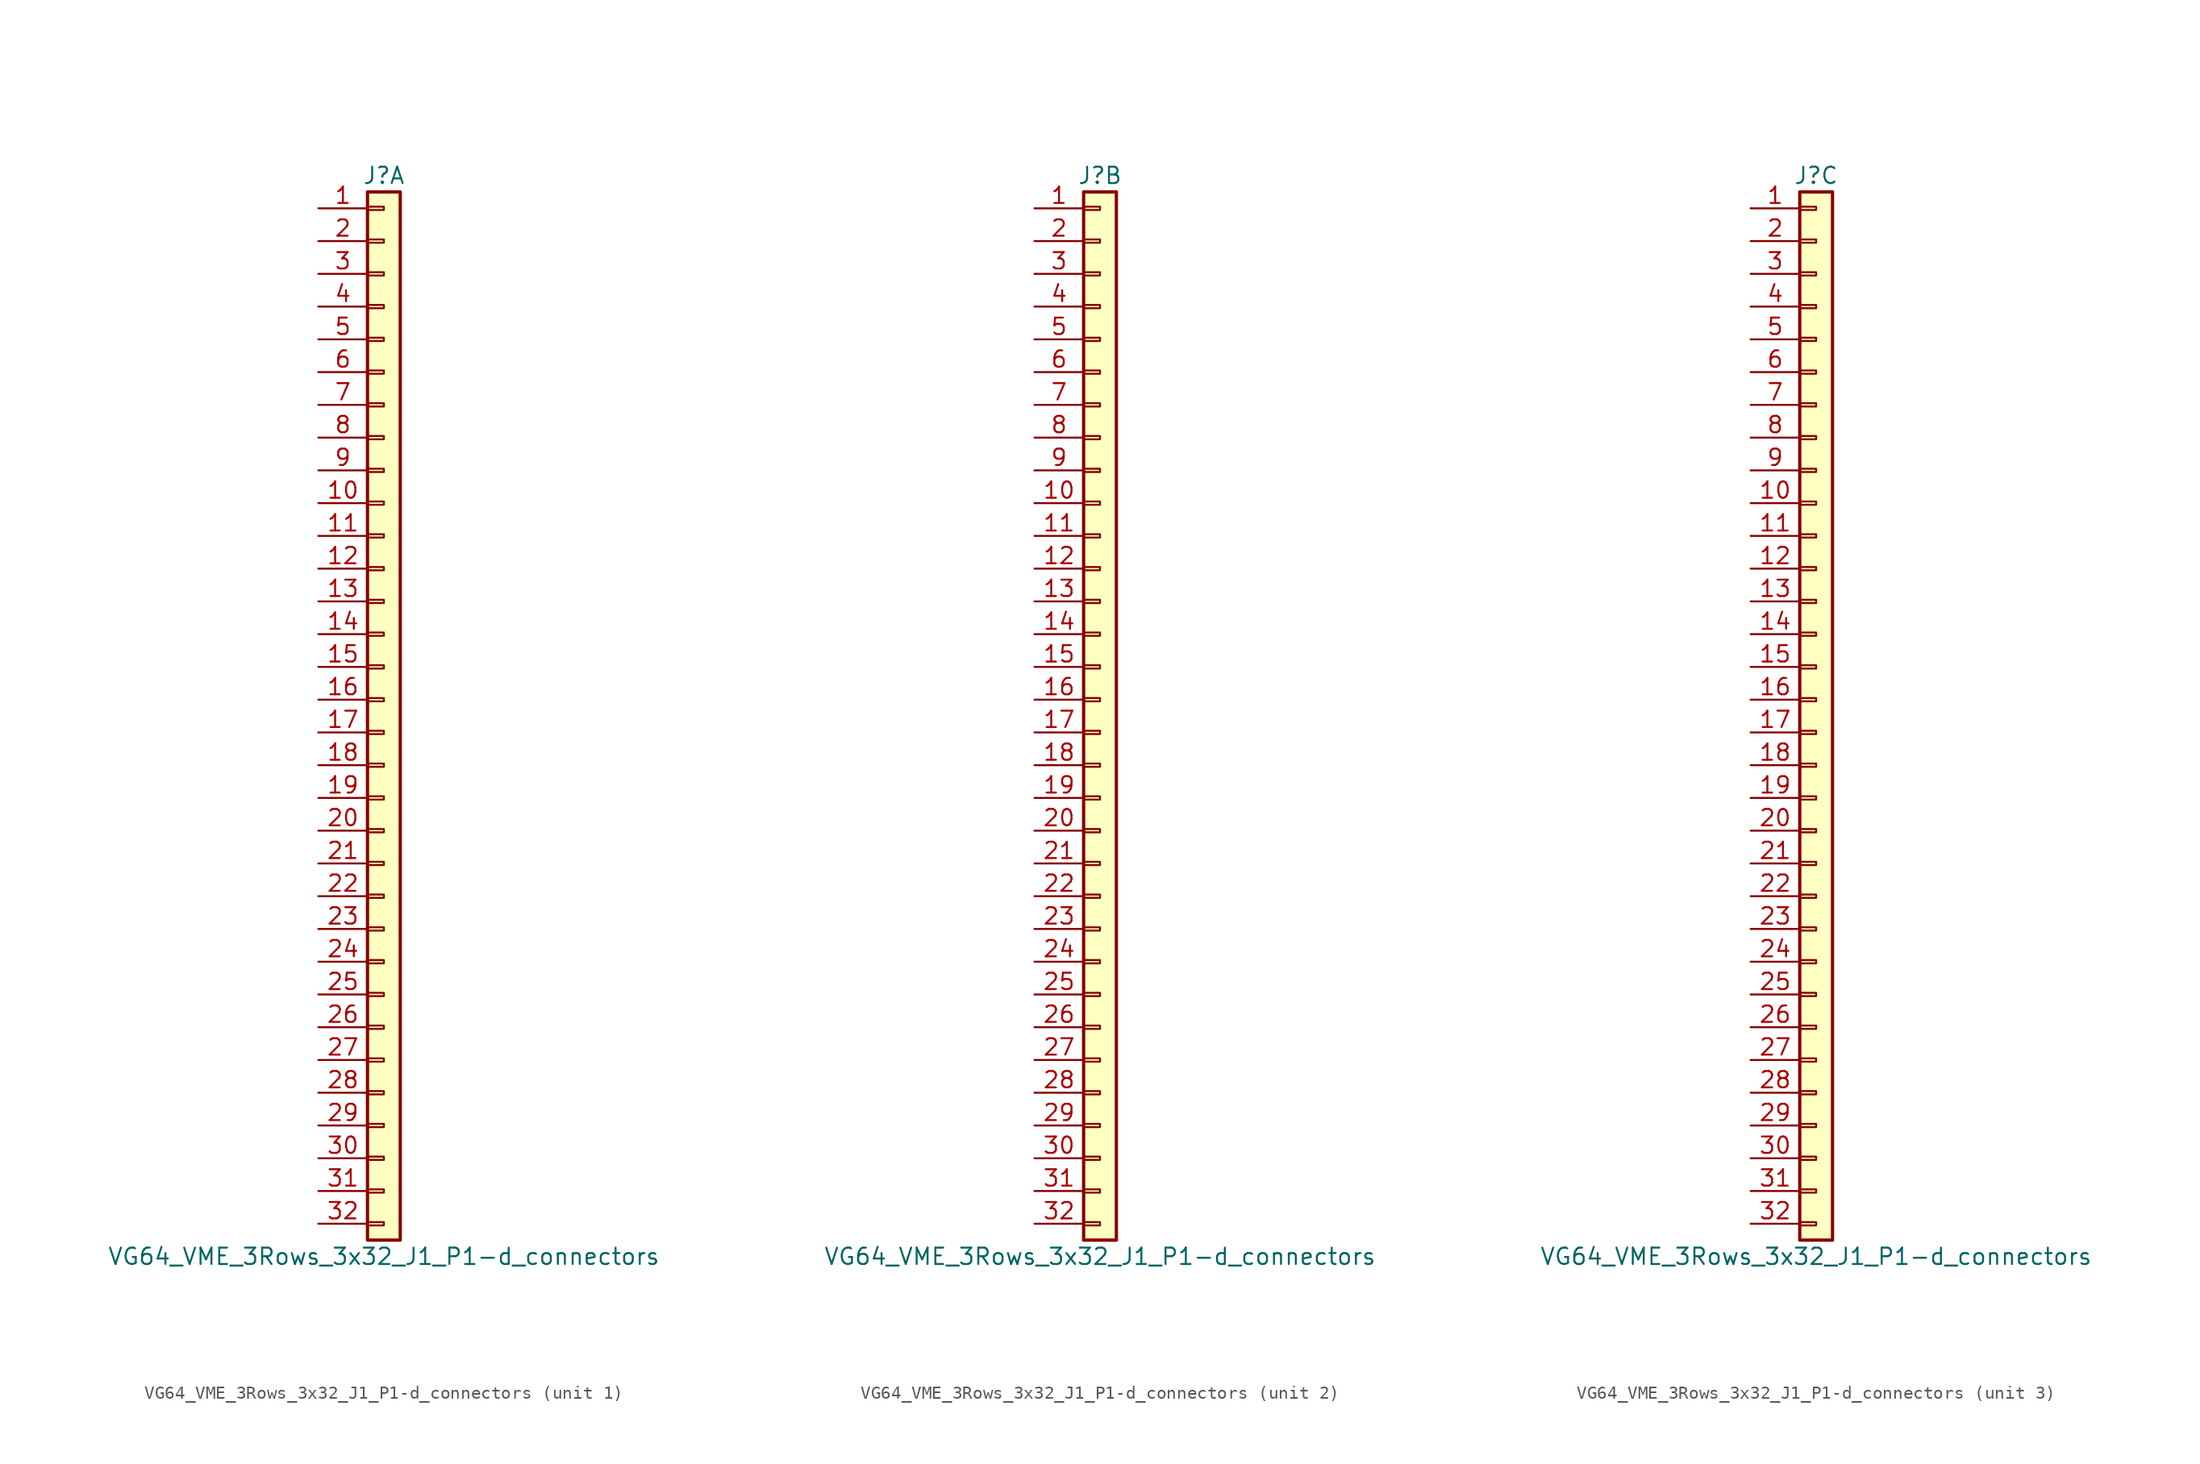
<source format=kicad_sym>
(kicad_symbol_lib
  (version 20231120)
  (generator "kicad_symbol_editor")
  (generator_version "8.0")
  (symbol "VG64_VME_3Rows_3x32_J1_P1-d_connectors"
    (pin_names
      (offset 1.016) hide)
    (property "Reference" "J"
      (at 0 40.64 0)
      (effects (font (size 1.27 1.27))))
    (property "Value" "VG64_VME_3Rows_3x32_J1_P1-d_connectors"
      (at 0 -43.18 0)
      (effects (font (size 1.27 1.27))))
    (property "ki_locked" ""
      (at 0 0 0)
      (effects (font (size 1.27 1.27))))
    (symbol "VG64_VME_3Rows_3x32_J1_P1-d_connectors_1_1"
      (rectangle (start -1.27 -40.513) (end 0 -40.767) (stroke (width 0.152) (type solid)) (fill (type none)))
      (rectangle (start -1.27 -37.973) (end 0 -38.227) (stroke (width 0.152) (type solid)) (fill (type none)))
      (rectangle (start -1.27 -35.433) (end 0 -35.687) (stroke (width 0.152) (type solid)) (fill (type none)))
      (rectangle (start -1.27 -32.893) (end 0 -33.147) (stroke (width 0.152) (type solid)) (fill (type none)))
      (rectangle (start -1.27 -30.353) (end 0 -30.607) (stroke (width 0.152) (type solid)) (fill (type none)))
      (rectangle (start -1.27 -27.813) (end 0 -28.067) (stroke (width 0.152) (type solid)) (fill (type none)))
      (rectangle (start -1.27 -25.273) (end 0 -25.527) (stroke (width 0.152) (type solid)) (fill (type none)))
      (rectangle (start -1.27 -22.733) (end 0 -22.987) (stroke (width 0.152) (type solid)) (fill (type none)))
      (rectangle (start -1.27 -20.193) (end 0 -20.447) (stroke (width 0.152) (type solid)) (fill (type none)))
      (rectangle (start -1.27 -17.653) (end 0 -17.907) (stroke (width 0.152) (type solid)) (fill (type none)))
      (rectangle (start -1.27 -15.113) (end 0 -15.367) (stroke (width 0.152) (type solid)) (fill (type none)))
      (rectangle (start -1.27 -12.573) (end 0 -12.827) (stroke (width 0.152) (type solid)) (fill (type none)))
      (rectangle (start -1.27 -10.033) (end 0 -10.287) (stroke (width 0.152) (type solid)) (fill (type none)))
      (rectangle (start -1.27 -7.493) (end 0 -7.747) (stroke (width 0.152) (type solid)) (fill (type none)))
      (rectangle (start -1.27 -4.953) (end 0 -5.207) (stroke (width 0.152) (type solid)) (fill (type none)))
      (rectangle (start -1.27 -2.413) (end 0 -2.667) (stroke (width 0.152) (type solid)) (fill (type none)))
      (rectangle (start -1.27 0.127) (end 0 -0.127) (stroke (width 0.152) (type solid)) (fill (type none)))
      (rectangle (start -1.27 2.667) (end 0 2.413) (stroke (width 0.152) (type solid)) (fill (type none)))
      (rectangle (start -1.27 5.207) (end 0 4.953) (stroke (width 0.152) (type solid)) (fill (type none)))
      (rectangle (start -1.27 7.747) (end 0 7.493) (stroke (width 0.152) (type solid)) (fill (type none)))
      (rectangle (start -1.27 10.287) (end 0 10.033) (stroke (width 0.152) (type solid)) (fill (type none)))
      (rectangle (start -1.27 12.827) (end 0 12.573) (stroke (width 0.152) (type solid)) (fill (type none)))
      (rectangle (start -1.27 15.367) (end 0 15.113) (stroke (width 0.152) (type solid)) (fill (type none)))
      (rectangle (start -1.27 17.907) (end 0 17.653) (stroke (width 0.152) (type solid)) (fill (type none)))
      (rectangle (start -1.27 20.447) (end 0 20.193) (stroke (width 0.152) (type solid)) (fill (type none)))
      (rectangle (start -1.27 22.987) (end 0 22.733) (stroke (width 0.152) (type solid)) (fill (type none)))
      (rectangle (start -1.27 25.527) (end 0 25.273) (stroke (width 0.152) (type solid)) (fill (type none)))
      (rectangle (start -1.27 28.067) (end 0 27.813) (stroke (width 0.152) (type solid)) (fill (type none)))
      (rectangle (start -1.27 30.607) (end 0 30.353) (stroke (width 0.152) (type solid)) (fill (type none)))
      (rectangle (start -1.27 33.147) (end 0 32.893) (stroke (width 0.152) (type solid)) (fill (type none)))
      (rectangle (start -1.27 35.687) (end 0 35.433) (stroke (width 0.152) (type solid)) (fill (type none)))
      (rectangle (start -1.27 38.227) (end 0 37.973) (stroke (width 0.152) (type solid)) (fill (type none)))
      (rectangle (start -1.27 39.37) (end 1.27 -41.91) (stroke (width 0.254) (type solid)) (fill (type background)))
      (pin passive line (at -5.08 38.1 0) (length 3.81) (name "D00" (effects (font (size 1.27 1.27)))) (number "1" (effects (font (size 1.27 1.27)))))
      (pin passive line (at -5.08 15.24 0) (length 3.81) (name "BG3IN*" (effects (font (size 1.27 1.27)))) (number "10" (effects (font (size 1.27 1.27)))))
      (pin passive line (at -5.08 12.7 0) (length 3.81) (name "BERR*" (effects (font (size 1.27 1.27)))) (number "11" (effects (font (size 1.27 1.27)))))
      (pin passive line (at -5.08 10.16 0) (length 3.81) (name "DS1*" (effects (font (size 1.27 1.27)))) (number "12" (effects (font (size 1.27 1.27)))))
      (pin passive line (at -5.08 7.62 0) (length 3.81) (name "BR1*" (effects (font (size 1.27 1.27)))) (number "13" (effects (font (size 1.27 1.27)))))
      (pin passive line (at -5.08 5.08 0) (length 3.81) (name "BR2*" (effects (font (size 1.27 1.27)))) (number "14" (effects (font (size 1.27 1.27)))))
      (pin passive line (at -5.08 2.54 0) (length 3.81) (name "BR3*" (effects (font (size 1.27 1.27)))) (number "15" (effects (font (size 1.27 1.27)))))
      (pin passive line (at -5.08 0 0) (length 3.81) (name "DTACK*" (effects (font (size 1.27 1.27)))) (number "16" (effects (font (size 1.27 1.27)))))
      (pin passive line (at -5.08 -2.54 0) (length 3.81) (name "A21" (effects (font (size 1.27 1.27)))) (number "17" (effects (font (size 1.27 1.27)))))
      (pin passive line (at -5.08 -5.08 0) (length 3.81) (name "A20" (effects (font (size 1.27 1.27)))) (number "18" (effects (font (size 1.27 1.27)))))
      (pin passive line (at -5.08 -7.62 0) (length 3.81) (name "A19" (effects (font (size 1.27 1.27)))) (number "19" (effects (font (size 1.27 1.27)))))
      (pin passive line (at -5.08 35.56 0) (length 3.81) (name "D09" (effects (font (size 1.27 1.27)))) (number "2" (effects (font (size 1.27 1.27)))))
      (pin passive line (at -5.08 -10.16 0) (length 3.81) (name "A18" (effects (font (size 1.27 1.27)))) (number "20" (effects (font (size 1.27 1.27)))))
      (pin passive line (at -5.08 -12.7 0) (length 3.81) (name "A17" (effects (font (size 1.27 1.27)))) (number "21" (effects (font (size 1.27 1.27)))))
      (pin passive line (at -5.08 -15.24 0) (length 3.81) (name "A16" (effects (font (size 1.27 1.27)))) (number "22" (effects (font (size 1.27 1.27)))))
      (pin passive line (at -5.08 -17.78 0) (length 3.81) (name "AM4" (effects (font (size 1.27 1.27)))) (number "23" (effects (font (size 1.27 1.27)))))
      (pin passive line (at -5.08 -20.32 0) (length 3.81) (name "A14" (effects (font (size 1.27 1.27)))) (number "24" (effects (font (size 1.27 1.27)))))
      (pin passive line (at -5.08 -22.86 0) (length 3.81) (name "IRQ6*" (effects (font (size 1.27 1.27)))) (number "25" (effects (font (size 1.27 1.27)))))
      (pin passive line (at -5.08 -25.4 0) (length 3.81) (name "A05" (effects (font (size 1.27 1.27)))) (number "26" (effects (font (size 1.27 1.27)))))
      (pin passive line (at -5.08 -27.94 0) (length 3.81) (name "IRQ4*" (effects (font (size 1.27 1.27)))) (number "27" (effects (font (size 1.27 1.27)))))
      (pin passive line (at -5.08 -30.48 0) (length 3.81) (name "IRQ3*" (effects (font (size 1.27 1.27)))) (number "28" (effects (font (size 1.27 1.27)))))
      (pin passive line (at -5.08 -33.02 0) (length 3.81) (name "A02" (effects (font (size 1.27 1.27)))) (number "29" (effects (font (size 1.27 1.27)))))
      (pin passive line (at -5.08 33.02 0) (length 3.81) (name "ACFAIL*" (effects (font (size 1.27 1.27)))) (number "3" (effects (font (size 1.27 1.27)))))
      (pin passive line (at -5.08 -35.56 0) (length 3.81) (name "A08" (effects (font (size 1.27 1.27)))) (number "30" (effects (font (size 1.27 1.27)))))
      (pin passive line (at -5.08 -38.1 0) (length 3.81) (name "-12V" (effects (font (size 1.27 1.27)))) (number "31" (effects (font (size 1.27 1.27)))))
      (pin passive line (at -5.08 -40.64 0) (length 3.81) (name "+5V" (effects (font (size 1.27 1.27)))) (number "32" (effects (font (size 1.27 1.27)))))
      (pin passive line (at -5.08 30.48 0) (length 3.81) (name "D03" (effects (font (size 1.27 1.27)))) (number "4" (effects (font (size 1.27 1.27)))))
      (pin passive line (at -5.08 27.94 0) (length 3.81) (name "D12" (effects (font (size 1.27 1.27)))) (number "5" (effects (font (size 1.27 1.27)))))
      (pin passive line (at -5.08 25.4 0) (length 3.81) (name "D13" (effects (font (size 1.27 1.27)))) (number "6" (effects (font (size 1.27 1.27)))))
      (pin passive line (at -5.08 22.86 0) (length 3.81) (name "BG1OUT*" (effects (font (size 1.27 1.27)))) (number "7" (effects (font (size 1.27 1.27)))))
      (pin passive line (at -5.08 20.32 0) (length 3.81) (name "D15" (effects (font (size 1.27 1.27)))) (number "8" (effects (font (size 1.27 1.27)))))
      (pin passive line (at -5.08 17.78 0) (length 3.81) (name "GND" (effects (font (size 1.27 1.27)))) (number "9" (effects (font (size 1.27 1.27))))))
    (symbol "VG64_VME_3Rows_3x32_J1_P1-d_connectors_2_1"
      (rectangle (start -1.27 -40.513) (end 0 -40.767) (stroke (width 0.152) (type solid)) (fill (type none)))
      (rectangle (start -1.27 -37.973) (end 0 -38.227) (stroke (width 0.152) (type solid)) (fill (type none)))
      (rectangle (start -1.27 -35.433) (end 0 -35.687) (stroke (width 0.152) (type solid)) (fill (type none)))
      (rectangle (start -1.27 -32.893) (end 0 -33.147) (stroke (width 0.152) (type solid)) (fill (type none)))
      (rectangle (start -1.27 -30.353) (end 0 -30.607) (stroke (width 0.152) (type solid)) (fill (type none)))
      (rectangle (start -1.27 -27.813) (end 0 -28.067) (stroke (width 0.152) (type solid)) (fill (type none)))
      (rectangle (start -1.27 -25.273) (end 0 -25.527) (stroke (width 0.152) (type solid)) (fill (type none)))
      (rectangle (start -1.27 -22.733) (end 0 -22.987) (stroke (width 0.152) (type solid)) (fill (type none)))
      (rectangle (start -1.27 -20.193) (end 0 -20.447) (stroke (width 0.152) (type solid)) (fill (type none)))
      (rectangle (start -1.27 -17.653) (end 0 -17.907) (stroke (width 0.152) (type solid)) (fill (type none)))
      (rectangle (start -1.27 -15.113) (end 0 -15.367) (stroke (width 0.152) (type solid)) (fill (type none)))
      (rectangle (start -1.27 -12.573) (end 0 -12.827) (stroke (width 0.152) (type solid)) (fill (type none)))
      (rectangle (start -1.27 -10.033) (end 0 -10.287) (stroke (width 0.152) (type solid)) (fill (type none)))
      (rectangle (start -1.27 -7.493) (end 0 -7.747) (stroke (width 0.152) (type solid)) (fill (type none)))
      (rectangle (start -1.27 -4.953) (end 0 -5.207) (stroke (width 0.152) (type solid)) (fill (type none)))
      (rectangle (start -1.27 -2.413) (end 0 -2.667) (stroke (width 0.152) (type solid)) (fill (type none)))
      (rectangle (start -1.27 0.127) (end 0 -0.127) (stroke (width 0.152) (type solid)) (fill (type none)))
      (rectangle (start -1.27 2.667) (end 0 2.413) (stroke (width 0.152) (type solid)) (fill (type none)))
      (rectangle (start -1.27 5.207) (end 0 4.953) (stroke (width 0.152) (type solid)) (fill (type none)))
      (rectangle (start -1.27 7.747) (end 0 7.493) (stroke (width 0.152) (type solid)) (fill (type none)))
      (rectangle (start -1.27 10.287) (end 0 10.033) (stroke (width 0.152) (type solid)) (fill (type none)))
      (rectangle (start -1.27 12.827) (end 0 12.573) (stroke (width 0.152) (type solid)) (fill (type none)))
      (rectangle (start -1.27 15.367) (end 0 15.113) (stroke (width 0.152) (type solid)) (fill (type none)))
      (rectangle (start -1.27 17.907) (end 0 17.653) (stroke (width 0.152) (type solid)) (fill (type none)))
      (rectangle (start -1.27 20.447) (end 0 20.193) (stroke (width 0.152) (type solid)) (fill (type none)))
      (rectangle (start -1.27 22.987) (end 0 22.733) (stroke (width 0.152) (type solid)) (fill (type none)))
      (rectangle (start -1.27 25.527) (end 0 25.273) (stroke (width 0.152) (type solid)) (fill (type none)))
      (rectangle (start -1.27 28.067) (end 0 27.813) (stroke (width 0.152) (type solid)) (fill (type none)))
      (rectangle (start -1.27 30.607) (end 0 30.353) (stroke (width 0.152) (type solid)) (fill (type none)))
      (rectangle (start -1.27 33.147) (end 0 32.893) (stroke (width 0.152) (type solid)) (fill (type none)))
      (rectangle (start -1.27 35.687) (end 0 35.433) (stroke (width 0.152) (type solid)) (fill (type none)))
      (rectangle (start -1.27 38.227) (end 0 37.973) (stroke (width 0.152) (type solid)) (fill (type none)))
      (rectangle (start -1.27 39.37) (end 1.27 -41.91) (stroke (width 0.254) (type solid)) (fill (type background)))
      (pin passive line (at -5.08 38.1 0) (length 3.81) (name "BBSY*" (effects (font (size 1.27 1.27)))) (number "1" (effects (font (size 1.27 1.27)))))
      (pin passive line (at -5.08 15.24 0) (length 3.81) (name "SYSFAIL*" (effects (font (size 1.27 1.27)))) (number "10" (effects (font (size 1.27 1.27)))))
      (pin passive line (at -5.08 12.7 0) (length 3.81) (name "GND" (effects (font (size 1.27 1.27)))) (number "11" (effects (font (size 1.27 1.27)))))
      (pin passive line (at -5.08 10.16 0) (length 3.81) (name "BR0*" (effects (font (size 1.27 1.27)))) (number "12" (effects (font (size 1.27 1.27)))))
      (pin passive line (at -5.08 7.62 0) (length 3.81) (name "LWORD*" (effects (font (size 1.27 1.27)))) (number "13" (effects (font (size 1.27 1.27)))))
      (pin passive line (at -5.08 5.08 0) (length 3.81) (name "WRITE*" (effects (font (size 1.27 1.27)))) (number "14" (effects (font (size 1.27 1.27)))))
      (pin passive line (at -5.08 2.54 0) (length 3.81) (name "GND" (effects (font (size 1.27 1.27)))) (number "15" (effects (font (size 1.27 1.27)))))
      (pin passive line (at -5.08 0 0) (length 3.81) (name "AM0" (effects (font (size 1.27 1.27)))) (number "16" (effects (font (size 1.27 1.27)))))
      (pin passive line (at -5.08 -2.54 0) (length 3.81) (name "GND" (effects (font (size 1.27 1.27)))) (number "17" (effects (font (size 1.27 1.27)))))
      (pin passive line (at -5.08 -5.08 0) (length 3.81) (name "AS*" (effects (font (size 1.27 1.27)))) (number "18" (effects (font (size 1.27 1.27)))))
      (pin passive line (at -5.08 -7.62 0) (length 3.81) (name "AM3" (effects (font (size 1.27 1.27)))) (number "19" (effects (font (size 1.27 1.27)))))
      (pin passive line (at -5.08 35.56 0) (length 3.81) (name "D01" (effects (font (size 1.27 1.27)))) (number "2" (effects (font (size 1.27 1.27)))))
      (pin passive line (at -5.08 -10.16 0) (length 3.81) (name "GND" (effects (font (size 1.27 1.27)))) (number "20" (effects (font (size 1.27 1.27)))))
      (pin passive line (at -5.08 -12.7 0) (length 3.81) (name "IACKIN*" (effects (font (size 1.27 1.27)))) (number "21" (effects (font (size 1.27 1.27)))))
      (pin passive line (at -5.08 -15.24 0) (length 3.81) (name "IACKOUT*" (effects (font (size 1.27 1.27)))) (number "22" (effects (font (size 1.27 1.27)))))
      (pin passive line (at -5.08 -17.78 0) (length 3.81) (name "A15" (effects (font (size 1.27 1.27)))) (number "23" (effects (font (size 1.27 1.27)))))
      (pin passive line (at -5.08 -20.32 0) (length 3.81) (name "A07" (effects (font (size 1.27 1.27)))) (number "24" (effects (font (size 1.27 1.27)))))
      (pin passive line (at -5.08 -22.86 0) (length 3.81) (name "A06" (effects (font (size 1.27 1.27)))) (number "25" (effects (font (size 1.27 1.27)))))
      (pin passive line (at -5.08 -25.4 0) (length 3.81) (name "IRQ5*" (effects (font (size 1.27 1.27)))) (number "26" (effects (font (size 1.27 1.27)))))
      (pin passive line (at -5.08 -27.94 0) (length 3.81) (name "A04" (effects (font (size 1.27 1.27)))) (number "27" (effects (font (size 1.27 1.27)))))
      (pin passive line (at -5.08 -30.48 0) (length 3.81) (name "A10" (effects (font (size 1.27 1.27)))) (number "28" (effects (font (size 1.27 1.27)))))
      (pin passive line (at -5.08 -33.02 0) (length 3.81) (name "IRQ2*" (effects (font (size 1.27 1.27)))) (number "29" (effects (font (size 1.27 1.27)))))
      (pin passive line (at -5.08 33.02 0) (length 3.81) (name "D10" (effects (font (size 1.27 1.27)))) (number "3" (effects (font (size 1.27 1.27)))))
      (pin passive line (at -5.08 -35.56 0) (length 3.81) (name "IRQ1*" (effects (font (size 1.27 1.27)))) (number "30" (effects (font (size 1.27 1.27)))))
      (pin passive line (at -5.08 -38.1 0) (length 3.81) (name "+12V" (effects (font (size 1.27 1.27)))) (number "31" (effects (font (size 1.27 1.27)))))
      (pin passive line (at -5.08 -40.64 0) (length 3.81) (name "+5V" (effects (font (size 1.27 1.27)))) (number "32" (effects (font (size 1.27 1.27)))))
      (pin passive line (at -5.08 30.48 0) (length 3.81) (name "D11" (effects (font (size 1.27 1.27)))) (number "4" (effects (font (size 1.27 1.27)))))
      (pin passive line (at -5.08 27.94 0) (length 3.81) (name "BG0OUT*" (effects (font (size 1.27 1.27)))) (number "5" (effects (font (size 1.27 1.27)))))
      (pin passive line (at -5.08 25.4 0) (length 3.81) (name "BG1IN*" (effects (font (size 1.27 1.27)))) (number "6" (effects (font (size 1.27 1.27)))))
      (pin passive line (at -5.08 22.86 0) (length 3.81) (name "D14" (effects (font (size 1.27 1.27)))) (number "7" (effects (font (size 1.27 1.27)))))
      (pin passive line (at -5.08 20.32 0) (length 3.81) (name "BG2IN*" (effects (font (size 1.27 1.27)))) (number "8" (effects (font (size 1.27 1.27)))))
      (pin passive line (at -5.08 17.78 0) (length 3.81) (name "BG2OUT*" (effects (font (size 1.27 1.27)))) (number "9" (effects (font (size 1.27 1.27))))))
    (symbol "VG64_VME_3Rows_3x32_J1_P1-d_connectors_3_1"
      (rectangle (start -1.27 -40.513) (end 0 -40.767) (stroke (width 0.152) (type solid)) (fill (type none)))
      (rectangle (start -1.27 -37.973) (end 0 -38.227) (stroke (width 0.152) (type solid)) (fill (type none)))
      (rectangle (start -1.27 -35.433) (end 0 -35.687) (stroke (width 0.152) (type solid)) (fill (type none)))
      (rectangle (start -1.27 -32.893) (end 0 -33.147) (stroke (width 0.152) (type solid)) (fill (type none)))
      (rectangle (start -1.27 -30.353) (end 0 -30.607) (stroke (width 0.152) (type solid)) (fill (type none)))
      (rectangle (start -1.27 -27.813) (end 0 -28.067) (stroke (width 0.152) (type solid)) (fill (type none)))
      (rectangle (start -1.27 -25.273) (end 0 -25.527) (stroke (width 0.152) (type solid)) (fill (type none)))
      (rectangle (start -1.27 -22.733) (end 0 -22.987) (stroke (width 0.152) (type solid)) (fill (type none)))
      (rectangle (start -1.27 -20.193) (end 0 -20.447) (stroke (width 0.152) (type solid)) (fill (type none)))
      (rectangle (start -1.27 -17.653) (end 0 -17.907) (stroke (width 0.152) (type solid)) (fill (type none)))
      (rectangle (start -1.27 -15.113) (end 0 -15.367) (stroke (width 0.152) (type solid)) (fill (type none)))
      (rectangle (start -1.27 -12.573) (end 0 -12.827) (stroke (width 0.152) (type solid)) (fill (type none)))
      (rectangle (start -1.27 -10.033) (end 0 -10.287) (stroke (width 0.152) (type solid)) (fill (type none)))
      (rectangle (start -1.27 -7.493) (end 0 -7.747) (stroke (width 0.152) (type solid)) (fill (type none)))
      (rectangle (start -1.27 -4.953) (end 0 -5.207) (stroke (width 0.152) (type solid)) (fill (type none)))
      (rectangle (start -1.27 -2.413) (end 0 -2.667) (stroke (width 0.152) (type solid)) (fill (type none)))
      (rectangle (start -1.27 0.127) (end 0 -0.127) (stroke (width 0.152) (type solid)) (fill (type none)))
      (rectangle (start -1.27 2.667) (end 0 2.413) (stroke (width 0.152) (type solid)) (fill (type none)))
      (rectangle (start -1.27 5.207) (end 0 4.953) (stroke (width 0.152) (type solid)) (fill (type none)))
      (rectangle (start -1.27 7.747) (end 0 7.493) (stroke (width 0.152) (type solid)) (fill (type none)))
      (rectangle (start -1.27 10.287) (end 0 10.033) (stroke (width 0.152) (type solid)) (fill (type none)))
      (rectangle (start -1.27 12.827) (end 0 12.573) (stroke (width 0.152) (type solid)) (fill (type none)))
      (rectangle (start -1.27 15.367) (end 0 15.113) (stroke (width 0.152) (type solid)) (fill (type none)))
      (rectangle (start -1.27 17.907) (end 0 17.653) (stroke (width 0.152) (type solid)) (fill (type none)))
      (rectangle (start -1.27 20.447) (end 0 20.193) (stroke (width 0.152) (type solid)) (fill (type none)))
      (rectangle (start -1.27 22.987) (end 0 22.733) (stroke (width 0.152) (type solid)) (fill (type none)))
      (rectangle (start -1.27 25.527) (end 0 25.273) (stroke (width 0.152) (type solid)) (fill (type none)))
      (rectangle (start -1.27 28.067) (end 0 27.813) (stroke (width 0.152) (type solid)) (fill (type none)))
      (rectangle (start -1.27 30.607) (end 0 30.353) (stroke (width 0.152) (type solid)) (fill (type none)))
      (rectangle (start -1.27 33.147) (end 0 32.893) (stroke (width 0.152) (type solid)) (fill (type none)))
      (rectangle (start -1.27 35.687) (end 0 35.433) (stroke (width 0.152) (type solid)) (fill (type none)))
      (rectangle (start -1.27 38.227) (end 0 37.973) (stroke (width 0.152) (type solid)) (fill (type none)))
      (rectangle (start -1.27 39.37) (end 1.27 -41.91) (stroke (width 0.254) (type solid)) (fill (type background)))
      (pin passive line (at -5.08 38.1 0) (length 3.81) (name "D08" (effects (font (size 1.27 1.27)))) (number "1" (effects (font (size 1.27 1.27)))))
      (pin passive line (at -5.08 15.24 0) (length 3.81) (name "SYSCLK" (effects (font (size 1.27 1.27)))) (number "10" (effects (font (size 1.27 1.27)))))
      (pin passive line (at -5.08 12.7 0) (length 3.81) (name "BG3OUT*" (effects (font (size 1.27 1.27)))) (number "11" (effects (font (size 1.27 1.27)))))
      (pin passive line (at -5.08 10.16 0) (length 3.81) (name "SYSRESET*" (effects (font (size 1.27 1.27)))) (number "12" (effects (font (size 1.27 1.27)))))
      (pin passive line (at -5.08 7.62 0) (length 3.81) (name "DS0*" (effects (font (size 1.27 1.27)))) (number "13" (effects (font (size 1.27 1.27)))))
      (pin passive line (at -5.08 5.08 0) (length 3.81) (name "AM5" (effects (font (size 1.27 1.27)))) (number "14" (effects (font (size 1.27 1.27)))))
      (pin passive line (at -5.08 2.54 0) (length 3.81) (name "A23" (effects (font (size 1.27 1.27)))) (number "15" (effects (font (size 1.27 1.27)))))
      (pin passive line (at -5.08 0 0) (length 3.81) (name "A22" (effects (font (size 1.27 1.27)))) (number "16" (effects (font (size 1.27 1.27)))))
      (pin passive line (at -5.08 -2.54 0) (length 3.81) (name "AM1" (effects (font (size 1.27 1.27)))) (number "17" (effects (font (size 1.27 1.27)))))
      (pin passive line (at -5.08 -5.08 0) (length 3.81) (name "AM2" (effects (font (size 1.27 1.27)))) (number "18" (effects (font (size 1.27 1.27)))))
      (pin passive line (at -5.08 -7.62 0) (length 3.81) (name "GND" (effects (font (size 1.27 1.27)))) (number "19" (effects (font (size 1.27 1.27)))))
      (pin passive line (at -5.08 35.56 0) (length 3.81) (name "BCLR*" (effects (font (size 1.27 1.27)))) (number "2" (effects (font (size 1.27 1.27)))))
      (pin passive line (at -5.08 -10.16 0) (length 3.81) (name "IACK*" (effects (font (size 1.27 1.27)))) (number "20" (effects (font (size 1.27 1.27)))))
      (pin passive line (at -5.08 -12.7 0) (length 3.81) (name "SERCLK" (effects (font (size 1.27 1.27)))) (number "21" (effects (font (size 1.27 1.27)))))
      (pin passive line (at -5.08 -15.24 0) (length 3.81) (name "SERDAT" (effects (font (size 1.27 1.27)))) (number "22" (effects (font (size 1.27 1.27)))))
      (pin passive line (at -5.08 -17.78 0) (length 3.81) (name "GND" (effects (font (size 1.27 1.27)))) (number "23" (effects (font (size 1.27 1.27)))))
      (pin passive line (at -5.08 -20.32 0) (length 3.81) (name "IRQ7*" (effects (font (size 1.27 1.27)))) (number "24" (effects (font (size 1.27 1.27)))))
      (pin passive line (at -5.08 -22.86 0) (length 3.81) (name "A13" (effects (font (size 1.27 1.27)))) (number "25" (effects (font (size 1.27 1.27)))))
      (pin passive line (at -5.08 -25.4 0) (length 3.81) (name "A12" (effects (font (size 1.27 1.27)))) (number "26" (effects (font (size 1.27 1.27)))))
      (pin passive line (at -5.08 -27.94 0) (length 3.81) (name "A11" (effects (font (size 1.27 1.27)))) (number "27" (effects (font (size 1.27 1.27)))))
      (pin passive line (at -5.08 -30.48 0) (length 3.81) (name "A03" (effects (font (size 1.27 1.27)))) (number "28" (effects (font (size 1.27 1.27)))))
      (pin passive line (at -5.08 -33.02 0) (length 3.81) (name "A09" (effects (font (size 1.27 1.27)))) (number "29" (effects (font (size 1.27 1.27)))))
      (pin passive line (at -5.08 33.02 0) (length 3.81) (name "D02" (effects (font (size 1.27 1.27)))) (number "3" (effects (font (size 1.27 1.27)))))
      (pin passive line (at -5.08 -35.56 0) (length 3.81) (name "A01" (effects (font (size 1.27 1.27)))) (number "30" (effects (font (size 1.27 1.27)))))
      (pin passive line (at -5.08 -38.1 0) (length 3.81) (name "+5VSTDBY" (effects (font (size 1.27 1.27)))) (number "31" (effects (font (size 1.27 1.27)))))
      (pin passive line (at -5.08 -40.64 0) (length 3.81) (name "+5V" (effects (font (size 1.27 1.27)))) (number "32" (effects (font (size 1.27 1.27)))))
      (pin passive line (at -5.08 30.48 0) (length 3.81) (name "BG0IN*" (effects (font (size 1.27 1.27)))) (number "4" (effects (font (size 1.27 1.27)))))
      (pin passive line (at -5.08 27.94 0) (length 3.81) (name "D04" (effects (font (size 1.27 1.27)))) (number "5" (effects (font (size 1.27 1.27)))))
      (pin passive line (at -5.08 25.4 0) (length 3.81) (name "D05" (effects (font (size 1.27 1.27)))) (number "6" (effects (font (size 1.27 1.27)))))
      (pin passive line (at -5.08 22.86 0) (length 3.81) (name "D06" (effects (font (size 1.27 1.27)))) (number "7" (effects (font (size 1.27 1.27)))))
      (pin passive line (at -5.08 20.32 0) (length 3.81) (name "D07" (effects (font (size 1.27 1.27)))) (number "8" (effects (font (size 1.27 1.27)))))
      (pin passive line (at -5.08 17.78 0) (length 3.81) (name "GND" (effects (font (size 1.27 1.27)))) (number "9" (effects (font (size 1.27 1.27))))))))
</source>
